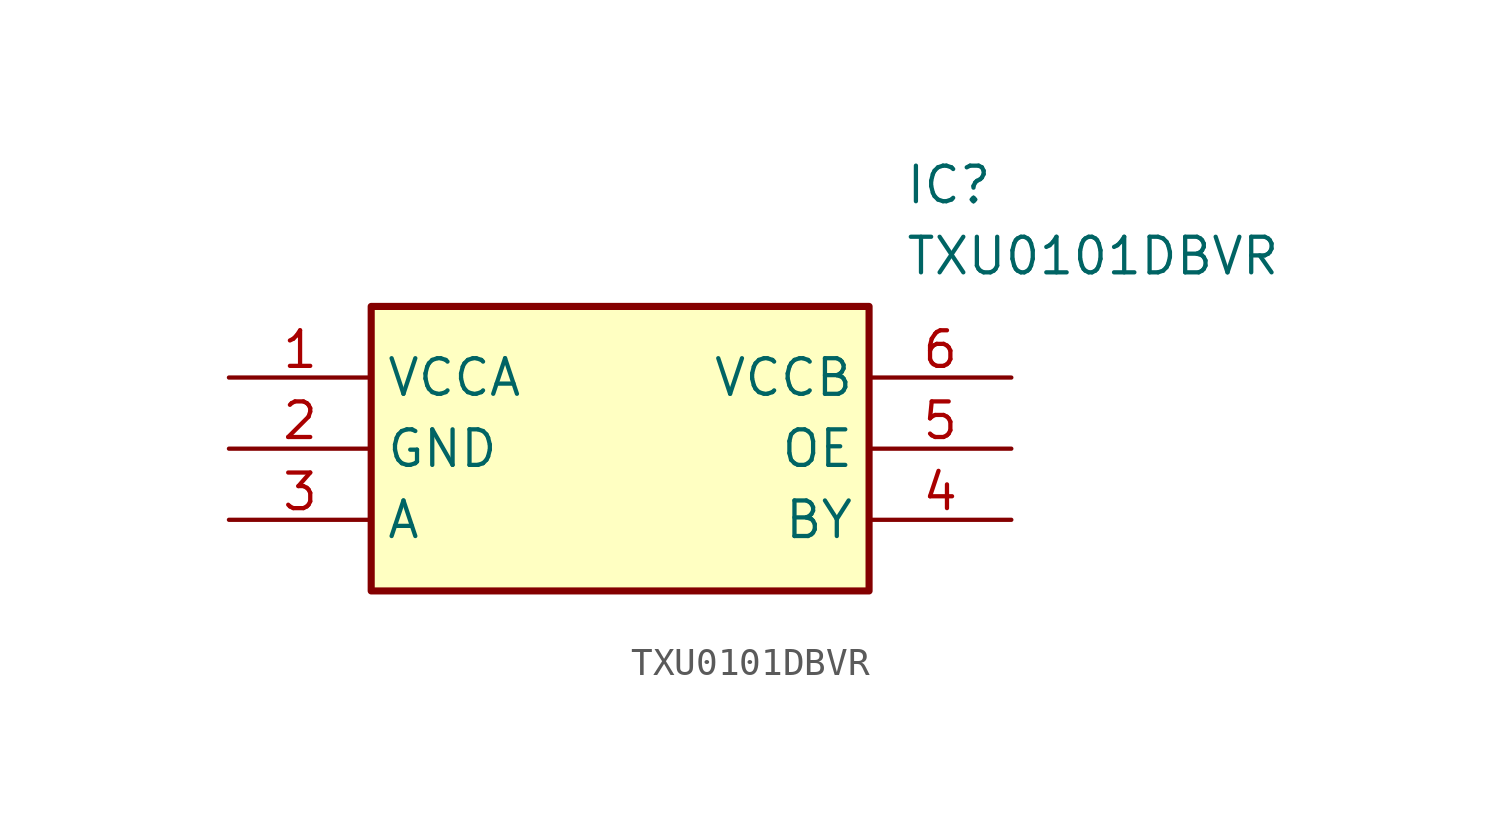
<source format=kicad_sym>
(kicad_symbol_lib
  (version 20211014)
  (generator SamacSys_ECAD_Model)
  (symbol "TXU0101DBVR"
    (property "Reference" "IC"
      (at 24.13 7.62 0)
      (effects (font (size 1.27 1.27)) (justify left top)))
    (property "Value" "TXU0101DBVR"
      (at 24.13 5.08 0)
      (effects (font (size 1.27 1.27)) (justify left top)))
    (rectangle
      (start 5.08 2.54)
      (end 22.86 -7.62)
      (stroke (width 0.254) (type default))
      (fill (type background)))
    (pin passive line
      (at 0 0 0)
      (length 5.08)
      (name "VCCA" (effects (font (size 1.27 1.27))))
      (number "1" (effects (font (size 1.27 1.27)))))
    (pin passive line
      (at 0 -2.54 0)
      (length 5.08)
      (name "GND" (effects (font (size 1.27 1.27))))
      (number "2" (effects (font (size 1.27 1.27)))))
    (pin passive line
      (at 0 -5.08 0)
      (length 5.08)
      (name "A" (effects (font (size 1.27 1.27))))
      (number "3" (effects (font (size 1.27 1.27)))))
    (pin passive line
      (at 27.94 0 180)
      (length 5.08)
      (name "VCCB" (effects (font (size 1.27 1.27))))
      (number "6" (effects (font (size 1.27 1.27)))))
    (pin passive line
      (at 27.94 -2.54 180)
      (length 5.08)
      (name "OE" (effects (font (size 1.27 1.27))))
      (number "5" (effects (font (size 1.27 1.27)))))
    (pin passive line
      (at 27.94 -5.08 180)
      (length 5.08)
      (name "BY" (effects (font (size 1.27 1.27))))
      (number "4" (effects (font (size 1.27 1.27)))))))
</source>
